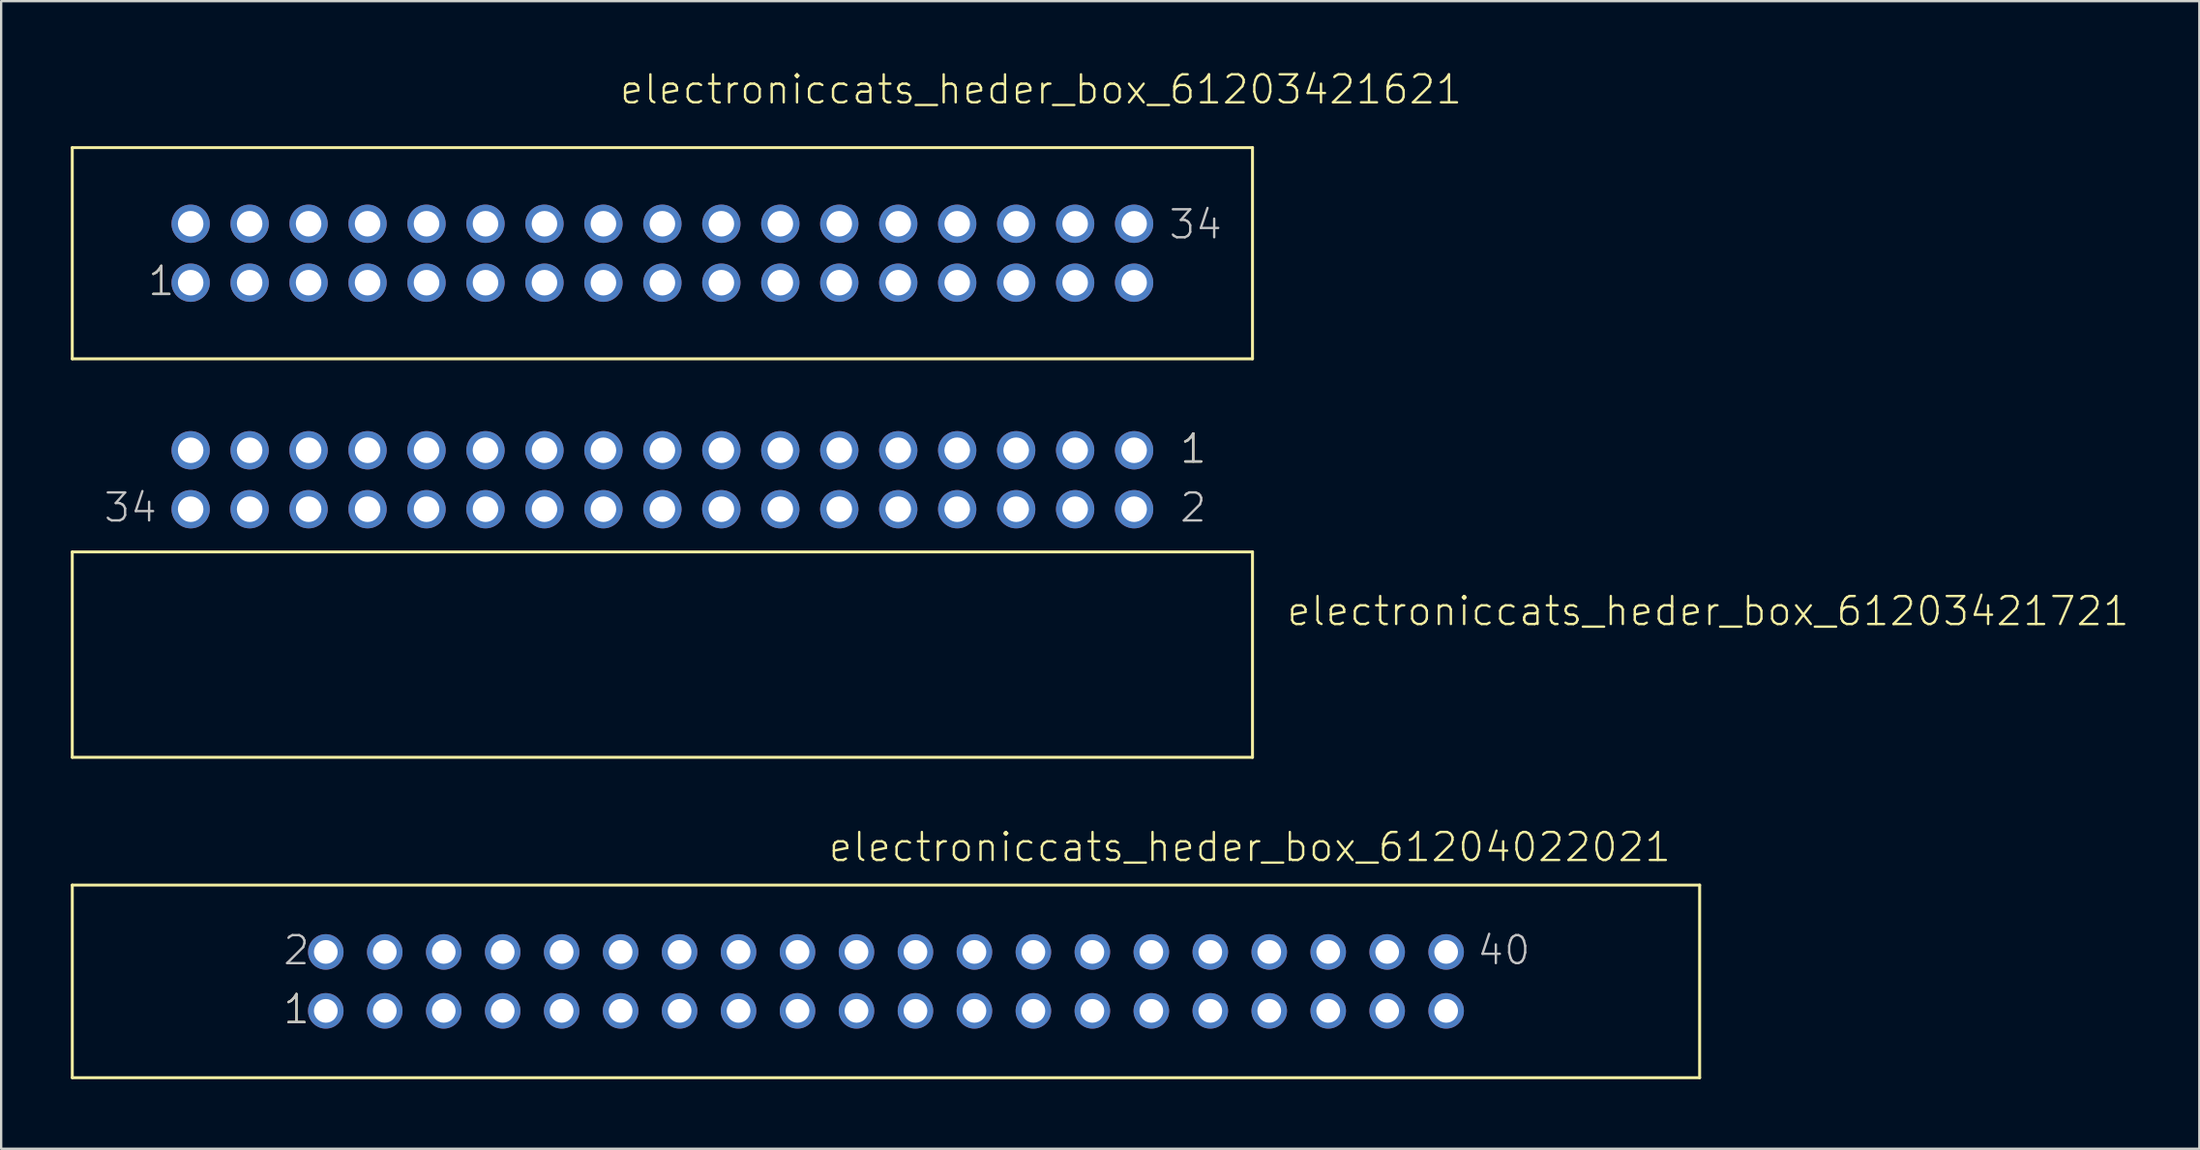
<source format=kicad_pcb>
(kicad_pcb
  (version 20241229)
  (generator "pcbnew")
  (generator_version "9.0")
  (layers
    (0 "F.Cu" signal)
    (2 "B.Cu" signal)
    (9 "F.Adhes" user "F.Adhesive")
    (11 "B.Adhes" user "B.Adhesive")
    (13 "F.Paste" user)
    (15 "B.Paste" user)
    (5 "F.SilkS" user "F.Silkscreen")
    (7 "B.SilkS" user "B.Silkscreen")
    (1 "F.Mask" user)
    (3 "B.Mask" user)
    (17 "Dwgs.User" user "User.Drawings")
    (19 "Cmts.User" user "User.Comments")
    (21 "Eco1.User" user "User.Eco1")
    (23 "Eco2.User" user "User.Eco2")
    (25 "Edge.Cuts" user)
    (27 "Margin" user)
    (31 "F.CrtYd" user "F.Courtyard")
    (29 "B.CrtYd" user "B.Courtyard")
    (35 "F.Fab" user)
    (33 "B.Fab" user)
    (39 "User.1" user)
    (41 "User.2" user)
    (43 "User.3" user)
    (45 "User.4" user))
  (footprint "electroniccats_heder_box_61203421621"
    (layer "F.Cu")
    (at 25.483 7.861)
    (property "Reference" "electroniccats_heder_box_61203421621" (at -1.905 -6.35 0) (layer "F.SilkS") (effects (font (size 1.206 1.206) (thickness 0.102)) (justify left bottom)))
    (attr through_hole)
    (fp_line (start -25.42 -4.55) (end 25.42 -4.55) (stroke (width 0.127) (type solid)) (layer "F.SilkS"))
    (fp_line (start -25.42 4.55) (end -25.42 -4.55) (stroke (width 0.127) (type solid)) (layer "F.SilkS"))
    (fp_line (start 25.42 -4.55) (end 25.42 4.55) (stroke (width 0.127) (type solid)) (layer "F.SilkS"))
    (fp_line (start 25.42 4.55) (end -25.42 4.55) (stroke (width 0.127) (type solid)) (layer "F.SilkS"))
    (fp_text user "1" (at -22.225 1.905 0) (layer "F.SilkS") (effects (font (size 1.206 1.206) (thickness 0.102)) (justify left bottom)))
    (fp_text user "34" (at 21.75 -0.535 0) (layer "Dwgs.User") (effects (font (size 1.206 1.206) (thickness 0.102)) (justify left bottom)))
    (fp_text user "1" (at -22.225 1.905 0) (layer "Dwgs.User") (effects (font (size 1.206 1.206) (thickness 0.102)) (justify left bottom)))
    (pad "1" thru_hole circle (at -20.32 1.27) (size 1.65 1.65) (drill 1.1) (layers "*.Cu" "*.Mask"))
    (pad "2" thru_hole circle (at -20.32 -1.27) (size 1.65 1.65) (drill 1.1) (layers "*.Cu" "*.Mask"))
    (pad "3" thru_hole circle (at -17.78 1.27) (size 1.65 1.65) (drill 1.1) (layers "*.Cu" "*.Mask"))
    (pad "4" thru_hole circle (at -17.78 -1.27) (size 1.65 1.65) (drill 1.1) (layers "*.Cu" "*.Mask"))
    (pad "5" thru_hole circle (at -15.24 1.27) (size 1.65 1.65) (drill 1.1) (layers "*.Cu" "*.Mask"))
    (pad "6" thru_hole circle (at -15.24 -1.27) (size 1.65 1.65) (drill 1.1) (layers "*.Cu" "*.Mask"))
    (pad "7" thru_hole circle (at -12.7 1.27) (size 1.65 1.65) (drill 1.1) (layers "*.Cu" "*.Mask"))
    (pad "8" thru_hole circle (at -12.7 -1.27) (size 1.65 1.65) (drill 1.1) (layers "*.Cu" "*.Mask"))
    (pad "9" thru_hole circle (at -10.16 1.27) (size 1.65 1.65) (drill 1.1) (layers "*.Cu" "*.Mask"))
    (pad "10" thru_hole circle (at -10.16 -1.27) (size 1.65 1.65) (drill 1.1) (layers "*.Cu" "*.Mask"))
    (pad "11" thru_hole circle (at -7.62 1.27) (size 1.65 1.65) (drill 1.1) (layers "*.Cu" "*.Mask"))
    (pad "12" thru_hole circle (at -7.62 -1.27) (size 1.65 1.65) (drill 1.1) (layers "*.Cu" "*.Mask"))
    (pad "13" thru_hole circle (at -5.08 1.27) (size 1.65 1.65) (drill 1.1) (layers "*.Cu" "*.Mask"))
    (pad "14" thru_hole circle (at -5.08 -1.27) (size 1.65 1.65) (drill 1.1) (layers "*.Cu" "*.Mask"))
    (pad "15" thru_hole circle (at -2.54 1.27) (size 1.65 1.65) (drill 1.1) (layers "*.Cu" "*.Mask"))
    (pad "16" thru_hole circle (at -2.54 -1.27) (size 1.65 1.65) (drill 1.1) (layers "*.Cu" "*.Mask"))
    (pad "17" thru_hole circle (at 0 1.27) (size 1.65 1.65) (drill 1.1) (layers "*.Cu" "*.Mask"))
    (pad "18" thru_hole circle (at 0 -1.27) (size 1.65 1.65) (drill 1.1) (layers "*.Cu" "*.Mask"))
    (pad "19" thru_hole circle (at 2.54 1.27) (size 1.65 1.65) (drill 1.1) (layers "*.Cu" "*.Mask"))
    (pad "20" thru_hole circle (at 2.54 -1.27) (size 1.65 1.65) (drill 1.1) (layers "*.Cu" "*.Mask"))
    (pad "21" thru_hole circle (at 5.08 1.27) (size 1.65 1.65) (drill 1.1) (layers "*.Cu" "*.Mask"))
    (pad "22" thru_hole circle (at 5.08 -1.27) (size 1.65 1.65) (drill 1.1) (layers "*.Cu" "*.Mask"))
    (pad "23" thru_hole circle (at 7.62 1.27) (size 1.65 1.65) (drill 1.1) (layers "*.Cu" "*.Mask"))
    (pad "24" thru_hole circle (at 7.62 -1.27) (size 1.65 1.65) (drill 1.1) (layers "*.Cu" "*.Mask"))
    (pad "25" thru_hole circle (at 10.16 1.27) (size 1.65 1.65) (drill 1.1) (layers "*.Cu" "*.Mask"))
    (pad "26" thru_hole circle (at 10.16 -1.27) (size 1.65 1.65) (drill 1.1) (layers "*.Cu" "*.Mask"))
    (pad "27" thru_hole circle (at 12.7 1.27) (size 1.65 1.65) (drill 1.1) (layers "*.Cu" "*.Mask"))
    (pad "28" thru_hole circle (at 12.7 -1.27) (size 1.65 1.65) (drill 1.1) (layers "*.Cu" "*.Mask"))
    (pad "29" thru_hole circle (at 15.24 1.27) (size 1.65 1.65) (drill 1.1) (layers "*.Cu" "*.Mask"))
    (pad "30" thru_hole circle (at 15.24 -1.27) (size 1.65 1.65) (drill 1.1) (layers "*.Cu" "*.Mask"))
    (pad "31" thru_hole circle (at 17.78 1.27) (size 1.65 1.65) (drill 1.1) (layers "*.Cu" "*.Mask"))
    (pad "32" thru_hole circle (at 17.78 -1.27) (size 1.65 1.65) (drill 1.1) (layers "*.Cu" "*.Mask"))
    (pad "33" thru_hole circle (at 20.32 1.27) (size 1.65 1.65) (drill 1.1) (layers "*.Cu" "*.Mask"))
    (pad "34" thru_hole circle (at 20.32 -1.27) (size 1.65 1.65) (drill 1.1) (layers "*.Cu" "*.Mask")))
  (footprint "electroniccats_heder_box_61204022021"
    (layer "F.Cu")
    (at 35.114 39.236)
    (property "Reference" "electroniccats_heder_box_61204022021" (at -2.54 -5.08 0) (layer "F.SilkS") (effects (font (size 1.206 1.206) (thickness 0.102)) (justify left bottom)))
    (attr through_hole)
    (fp_line (start -35.05 -4.15) (end 35.05 -4.15) (stroke (width 0.127) (type solid)) (layer "F.SilkS"))
    (fp_line (start -35.05 4.15) (end -35.05 -4.15) (stroke (width 0.127) (type solid)) (layer "F.SilkS"))
    (fp_line (start 35.05 -4.15) (end 35.05 4.15) (stroke (width 0.127) (type solid)) (layer "F.SilkS"))
    (fp_line (start 35.05 4.15) (end -35.05 4.15) (stroke (width 0.127) (type solid)) (layer "F.SilkS"))
    (fp_text user "1" (at -26.035 1.905 0) (layer "F.SilkS") (effects (font (size 1.206 1.206) (thickness 0.102)) (justify left bottom)))
    (fp_text user "1" (at -26.035 1.905 0) (layer "Dwgs.User") (effects (font (size 1.206 1.206) (thickness 0.102)) (justify left bottom)))
    (fp_text user "2" (at -26.035 -0.635 0) (layer "Dwgs.User") (effects (font (size 1.206 1.206) (thickness 0.102)) (justify left bottom)))
    (fp_text user "40" (at 25.4 -0.635 0) (layer "Dwgs.User") (effects (font (size 1.206 1.206) (thickness 0.102)) (justify left bottom)))
    (pad "1" thru_hole circle (at -24.13 1.27 180) (size 1.53 1.53) (drill 1.02) (layers "*.Cu" "*.Mask"))
    (pad "2" thru_hole circle (at -24.13 -1.27 180) (size 1.53 1.53) (drill 1.02) (layers "*.Cu" "*.Mask"))
    (pad "3" thru_hole circle (at -21.59 1.27 180) (size 1.53 1.53) (drill 1.02) (layers "*.Cu" "*.Mask"))
    (pad "4" thru_hole circle (at -21.59 -1.27 180) (size 1.53 1.53) (drill 1.02) (layers "*.Cu" "*.Mask"))
    (pad "5" thru_hole circle (at -19.05 1.27 180) (size 1.53 1.53) (drill 1.02) (layers "*.Cu" "*.Mask"))
    (pad "6" thru_hole circle (at -19.05 -1.27 180) (size 1.53 1.53) (drill 1.02) (layers "*.Cu" "*.Mask"))
    (pad "7" thru_hole circle (at -16.51 1.27 180) (size 1.53 1.53) (drill 1.02) (layers "*.Cu" "*.Mask"))
    (pad "8" thru_hole circle (at -16.51 -1.27 180) (size 1.53 1.53) (drill 1.02) (layers "*.Cu" "*.Mask"))
    (pad "9" thru_hole circle (at -13.97 1.27 180) (size 1.53 1.53) (drill 1.02) (layers "*.Cu" "*.Mask"))
    (pad "10" thru_hole circle (at -13.97 -1.27 180) (size 1.53 1.53) (drill 1.02) (layers "*.Cu" "*.Mask"))
    (pad "11" thru_hole circle (at -11.43 1.27 180) (size 1.53 1.53) (drill 1.02) (layers "*.Cu" "*.Mask"))
    (pad "12" thru_hole circle (at -11.43 -1.27 180) (size 1.53 1.53) (drill 1.02) (layers "*.Cu" "*.Mask"))
    (pad "13" thru_hole circle (at -8.89 1.27 180) (size 1.53 1.53) (drill 1.02) (layers "*.Cu" "*.Mask"))
    (pad "14" thru_hole circle (at -8.89 -1.27 180) (size 1.53 1.53) (drill 1.02) (layers "*.Cu" "*.Mask"))
    (pad "15" thru_hole circle (at -6.35 1.27 180) (size 1.53 1.53) (drill 1.02) (layers "*.Cu" "*.Mask"))
    (pad "16" thru_hole circle (at -6.35 -1.27 180) (size 1.53 1.53) (drill 1.02) (layers "*.Cu" "*.Mask"))
    (pad "17" thru_hole circle (at -3.81 1.27 180) (size 1.53 1.53) (drill 1.02) (layers "*.Cu" "*.Mask"))
    (pad "18" thru_hole circle (at -3.81 -1.27 180) (size 1.53 1.53) (drill 1.02) (layers "*.Cu" "*.Mask"))
    (pad "19" thru_hole circle (at -1.27 1.27 180) (size 1.53 1.53) (drill 1.02) (layers "*.Cu" "*.Mask"))
    (pad "20" thru_hole circle (at -1.27 -1.27 180) (size 1.53 1.53) (drill 1.02) (layers "*.Cu" "*.Mask"))
    (pad "21" thru_hole circle (at 1.27 1.27 180) (size 1.53 1.53) (drill 1.02) (layers "*.Cu" "*.Mask"))
    (pad "22" thru_hole circle (at 1.27 -1.27 180) (size 1.53 1.53) (drill 1.02) (layers "*.Cu" "*.Mask"))
    (pad "23" thru_hole circle (at 3.81 1.27 180) (size 1.53 1.53) (drill 1.02) (layers "*.Cu" "*.Mask"))
    (pad "24" thru_hole circle (at 3.81 -1.27 180) (size 1.53 1.53) (drill 1.02) (layers "*.Cu" "*.Mask"))
    (pad "25" thru_hole circle (at 6.35 1.27 180) (size 1.53 1.53) (drill 1.02) (layers "*.Cu" "*.Mask"))
    (pad "26" thru_hole circle (at 6.35 -1.27 180) (size 1.53 1.53) (drill 1.02) (layers "*.Cu" "*.Mask"))
    (pad "27" thru_hole circle (at 8.89 1.27 180) (size 1.53 1.53) (drill 1.02) (layers "*.Cu" "*.Mask"))
    (pad "28" thru_hole circle (at 8.89 -1.27 180) (size 1.53 1.53) (drill 1.02) (layers "*.Cu" "*.Mask"))
    (pad "29" thru_hole circle (at 11.43 1.27 180) (size 1.53 1.53) (drill 1.02) (layers "*.Cu" "*.Mask"))
    (pad "30" thru_hole circle (at 11.43 -1.27 180) (size 1.53 1.53) (drill 1.02) (layers "*.Cu" "*.Mask"))
    (pad "31" thru_hole circle (at 13.97 1.27 180) (size 1.53 1.53) (drill 1.02) (layers "*.Cu" "*.Mask"))
    (pad "32" thru_hole circle (at 13.97 -1.27 180) (size 1.53 1.53) (drill 1.02) (layers "*.Cu" "*.Mask"))
    (pad "33" thru_hole circle (at 16.51 1.27 180) (size 1.53 1.53) (drill 1.02) (layers "*.Cu" "*.Mask"))
    (pad "34" thru_hole circle (at 16.51 -1.27 180) (size 1.53 1.53) (drill 1.02) (layers "*.Cu" "*.Mask"))
    (pad "35" thru_hole circle (at 19.05 1.27 180) (size 1.53 1.53) (drill 1.02) (layers "*.Cu" "*.Mask"))
    (pad "36" thru_hole circle (at 19.05 -1.27 180) (size 1.53 1.53) (drill 1.02) (layers "*.Cu" "*.Mask"))
    (pad "37" thru_hole circle (at 21.59 1.27 180) (size 1.53 1.53) (drill 1.02) (layers "*.Cu" "*.Mask"))
    (pad "38" thru_hole circle (at 21.59 -1.27 180) (size 1.53 1.53) (drill 1.02) (layers "*.Cu" "*.Mask"))
    (pad "39" thru_hole circle (at 24.13 1.27 180) (size 1.53 1.53) (drill 1.02) (layers "*.Cu" "*.Mask"))
    (pad "40" thru_hole circle (at 24.13 -1.27 180) (size 1.53 1.53) (drill 1.02) (layers "*.Cu" "*.Mask")))
  (footprint "electroniccats_heder_box_61203421721"
    (layer "F.Cu")
    (at 25.483 17.621)
    (property "Reference" "electroniccats_heder_box_61203421721" (at 26.832 6.368 0) (layer "F.SilkS") (effects (font (size 1.206 1.206) (thickness 0.102)) (justify left bottom)))
    (attr through_hole)
    (fp_line (start -25.42 3.11) (end 25.42 3.11) (stroke (width 0.127) (type solid)) (layer "F.SilkS"))
    (fp_line (start -25.42 11.96) (end -25.42 3.11) (stroke (width 0.127) (type solid)) (layer "F.SilkS"))
    (fp_line (start 25.42 3.11) (end 25.42 11.96) (stroke (width 0.127) (type solid)) (layer "F.SilkS"))
    (fp_line (start 25.42 11.96) (end -25.42 11.96) (stroke (width 0.127) (type solid)) (layer "F.SilkS"))
    (fp_text user "1" (at 22.225 -0.635 0) (layer "F.SilkS") (effects (font (size 1.206 1.206) (thickness 0.102)) (justify left bottom)))
    (fp_text user "34" (at -24.13 1.905 0) (layer "Dwgs.User") (effects (font (size 1.206 1.206) (thickness 0.102)) (justify left bottom)))
    (fp_text user "1" (at 22.225 -0.635 0) (layer "Dwgs.User") (effects (font (size 1.206 1.206) (thickness 0.102)) (justify left bottom)))
    (fp_text user "2" (at 22.225 1.905 0) (layer "Dwgs.User") (effects (font (size 1.206 1.206) (thickness 0.102)) (justify left bottom)))
    (pad "1" thru_hole circle (at 20.32 -1.27) (size 1.65 1.65) (drill 1.1) (layers "*.Cu" "*.Mask"))
    (pad "2" thru_hole circle (at 20.32 1.27) (size 1.65 1.65) (drill 1.1) (layers "*.Cu" "*.Mask"))
    (pad "3" thru_hole circle (at 17.78 -1.27) (size 1.65 1.65) (drill 1.1) (layers "*.Cu" "*.Mask"))
    (pad "4" thru_hole circle (at 17.78 1.27) (size 1.65 1.65) (drill 1.1) (layers "*.Cu" "*.Mask"))
    (pad "5" thru_hole circle (at 15.24 -1.27) (size 1.65 1.65) (drill 1.1) (layers "*.Cu" "*.Mask"))
    (pad "6" thru_hole circle (at 15.24 1.27) (size 1.65 1.65) (drill 1.1) (layers "*.Cu" "*.Mask"))
    (pad "7" thru_hole circle (at 12.7 -1.27) (size 1.65 1.65) (drill 1.1) (layers "*.Cu" "*.Mask"))
    (pad "8" thru_hole circle (at 12.7 1.27) (size 1.65 1.65) (drill 1.1) (layers "*.Cu" "*.Mask"))
    (pad "9" thru_hole circle (at 10.16 -1.27) (size 1.65 1.65) (drill 1.1) (layers "*.Cu" "*.Mask"))
    (pad "10" thru_hole circle (at 10.16 1.27) (size 1.65 1.65) (drill 1.1) (layers "*.Cu" "*.Mask"))
    (pad "11" thru_hole circle (at 7.62 -1.27) (size 1.65 1.65) (drill 1.1) (layers "*.Cu" "*.Mask"))
    (pad "12" thru_hole circle (at 7.62 1.27) (size 1.65 1.65) (drill 1.1) (layers "*.Cu" "*.Mask"))
    (pad "13" thru_hole circle (at 5.08 -1.27) (size 1.65 1.65) (drill 1.1) (layers "*.Cu" "*.Mask"))
    (pad "14" thru_hole circle (at 5.08 1.27) (size 1.65 1.65) (drill 1.1) (layers "*.Cu" "*.Mask"))
    (pad "15" thru_hole circle (at 2.54 -1.27) (size 1.65 1.65) (drill 1.1) (layers "*.Cu" "*.Mask"))
    (pad "16" thru_hole circle (at 2.54 1.27) (size 1.65 1.65) (drill 1.1) (layers "*.Cu" "*.Mask"))
    (pad "17" thru_hole circle (at 0 -1.27) (size 1.65 1.65) (drill 1.1) (layers "*.Cu" "*.Mask"))
    (pad "18" thru_hole circle (at 0 1.27) (size 1.65 1.65) (drill 1.1) (layers "*.Cu" "*.Mask"))
    (pad "19" thru_hole circle (at -2.54 -1.27) (size 1.65 1.65) (drill 1.1) (layers "*.Cu" "*.Mask"))
    (pad "20" thru_hole circle (at -2.54 1.27) (size 1.65 1.65) (drill 1.1) (layers "*.Cu" "*.Mask"))
    (pad "21" thru_hole circle (at -5.08 -1.27) (size 1.65 1.65) (drill 1.1) (layers "*.Cu" "*.Mask"))
    (pad "22" thru_hole circle (at -5.08 1.27) (size 1.65 1.65) (drill 1.1) (layers "*.Cu" "*.Mask"))
    (pad "23" thru_hole circle (at -7.62 -1.27) (size 1.65 1.65) (drill 1.1) (layers "*.Cu" "*.Mask"))
    (pad "24" thru_hole circle (at -7.62 1.27) (size 1.65 1.65) (drill 1.1) (layers "*.Cu" "*.Mask"))
    (pad "25" thru_hole circle (at -10.16 -1.27) (size 1.65 1.65) (drill 1.1) (layers "*.Cu" "*.Mask"))
    (pad "26" thru_hole circle (at -10.16 1.27) (size 1.65 1.65) (drill 1.1) (layers "*.Cu" "*.Mask"))
    (pad "27" thru_hole circle (at -12.7 -1.27) (size 1.65 1.65) (drill 1.1) (layers "*.Cu" "*.Mask"))
    (pad "28" thru_hole circle (at -12.7 1.27) (size 1.65 1.65) (drill 1.1) (layers "*.Cu" "*.Mask"))
    (pad "29" thru_hole circle (at -15.24 -1.27) (size 1.65 1.65) (drill 1.1) (layers "*.Cu" "*.Mask"))
    (pad "30" thru_hole circle (at -15.24 1.27) (size 1.65 1.65) (drill 1.1) (layers "*.Cu" "*.Mask"))
    (pad "31" thru_hole circle (at -17.78 -1.27) (size 1.65 1.65) (drill 1.1) (layers "*.Cu" "*.Mask"))
    (pad "32" thru_hole circle (at -17.78 1.27) (size 1.65 1.65) (drill 1.1) (layers "*.Cu" "*.Mask"))
    (pad "33" thru_hole circle (at -20.32 -1.27) (size 1.65 1.65) (drill 1.1) (layers "*.Cu" "*.Mask"))
    (pad "34" thru_hole circle (at -20.32 1.27) (size 1.65 1.65) (drill 1.1) (layers "*.Cu" "*.Mask")))
  (gr_rect
    (start -3 -3)
    (end 91.689 46.449)
    (stroke (width 0.1) (type default))
    (fill no)
    (layer "Edge.Cuts")))
</source>
